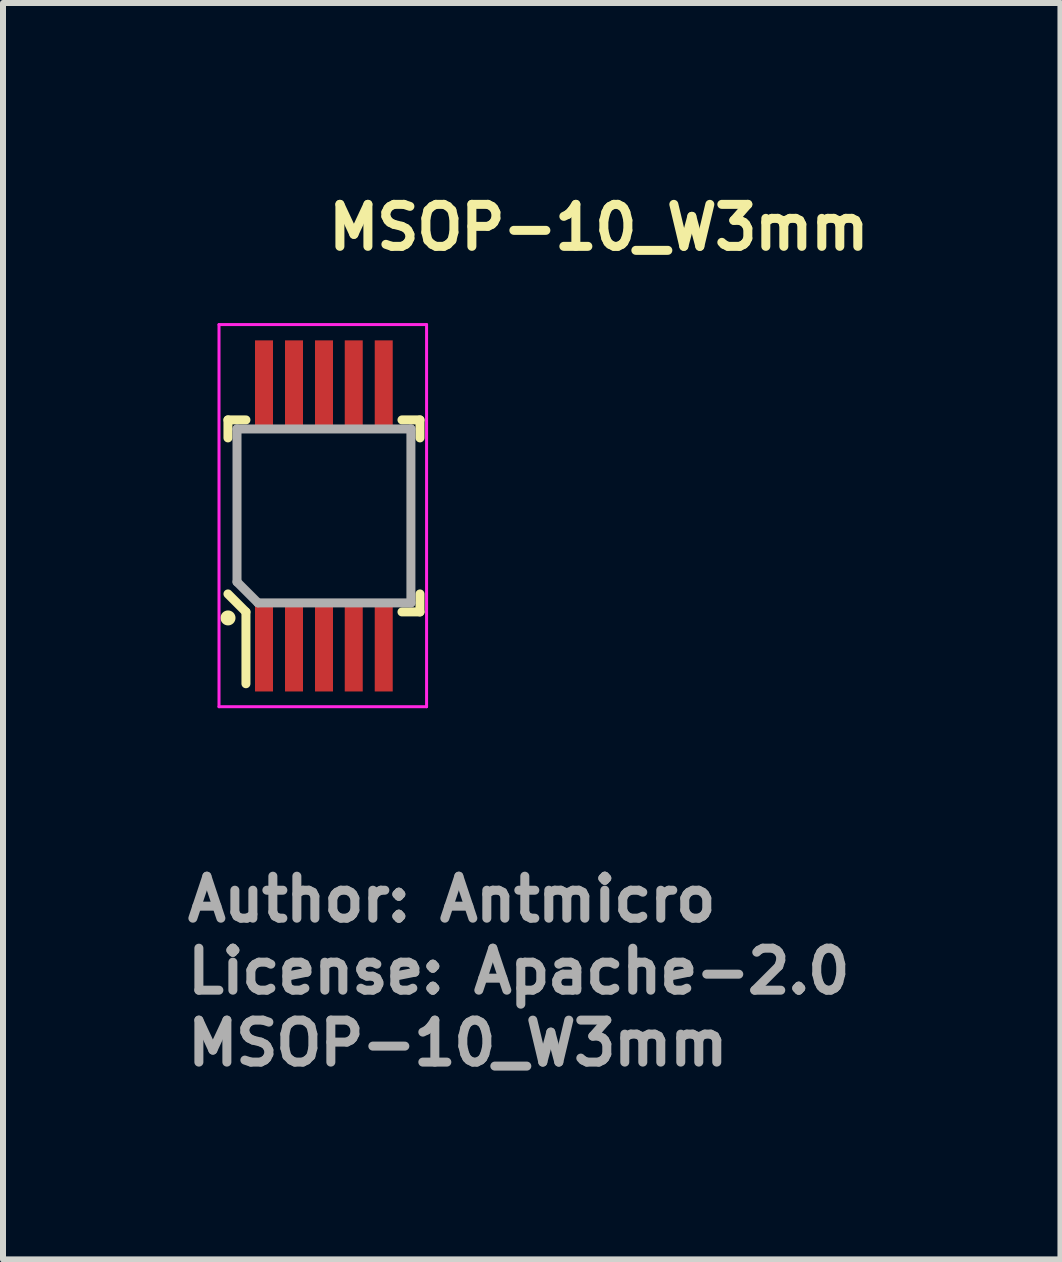
<source format=kicad_pcb>
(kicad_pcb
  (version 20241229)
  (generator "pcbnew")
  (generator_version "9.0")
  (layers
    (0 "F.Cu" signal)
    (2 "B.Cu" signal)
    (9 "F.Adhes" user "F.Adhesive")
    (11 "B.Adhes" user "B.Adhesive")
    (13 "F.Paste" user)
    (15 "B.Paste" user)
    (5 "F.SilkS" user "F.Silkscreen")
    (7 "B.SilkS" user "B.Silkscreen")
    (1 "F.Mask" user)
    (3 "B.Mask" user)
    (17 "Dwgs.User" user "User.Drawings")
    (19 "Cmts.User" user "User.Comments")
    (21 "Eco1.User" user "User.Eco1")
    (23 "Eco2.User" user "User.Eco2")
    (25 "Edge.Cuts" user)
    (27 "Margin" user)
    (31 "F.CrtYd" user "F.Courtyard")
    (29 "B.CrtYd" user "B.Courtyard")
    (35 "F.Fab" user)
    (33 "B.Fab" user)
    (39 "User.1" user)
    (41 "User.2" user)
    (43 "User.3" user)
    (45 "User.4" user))
  (footprint "MSOP-10_W3mm"
    (layer "F.Cu")
    (at 2.351 5.551)
    (property "Reference" "MSOP-10_W3mm" (at 0 -4.401 0) (layer "F.SilkS") (effects (font (size 0.7 0.7) (thickness 0.15)) (justify left bottom)))
    (attr smd)
    (fp_line (start -1.601 -1.601) (end -1.301 -1.601) (stroke (width 0.15) (type solid)) (layer "F.SilkS"))
    (fp_line (start -1.601 -1.301) (end -1.601 -1.601) (stroke (width 0.15) (type solid)) (layer "F.SilkS"))
    (fp_line (start -1.601 1.3) (end -1.301 1.6) (stroke (width 0.15) (type solid)) (layer "F.SilkS"))
    (fp_line (start -1.301 1.6) (end -1.301 2.797) (stroke (width 0.15) (type solid)) (layer "F.SilkS"))
    (fp_line (start 1.3 -1.601) (end 1.6 -1.601) (stroke (width 0.15) (type solid)) (layer "F.SilkS"))
    (fp_line (start 1.6 -1.601) (end 1.6 -1.301) (stroke (width 0.15) (type solid)) (layer "F.SilkS"))
    (fp_line (start 1.6 1.3) (end 1.6 1.6) (stroke (width 0.15) (type solid)) (layer "F.SilkS"))
    (fp_line (start 1.6 1.6) (end 1.3 1.6) (stroke (width 0.15) (type solid)) (layer "F.SilkS"))
    (fp_circle (center -1.6 1.7) (end -1.55 1.7) (stroke (width 0.15) (type solid)) (fill yes) (layer "F.SilkS"))
    (fp_line (start -1.75 -3.19) (end 1.71 -3.19) (stroke (width 0.05) (type solid)) (layer "F.CrtYd"))
    (fp_line (start -1.75 3.18) (end -1.75 -3.19) (stroke (width 0.05) (type solid)) (layer "F.CrtYd"))
    (fp_line (start -1.75 3.18) (end 1.71 3.18) (stroke (width 0.05) (type solid)) (layer "F.CrtYd"))
    (fp_line (start 1.71 -3.19) (end 1.71 3.18) (stroke (width 0.05) (type solid)) (layer "F.CrtYd"))
    (fp_line (start -1.45 -1.45) (end -1.45 1.1) (stroke (width 0.15) (type solid)) (layer "F.Fab"))
    (fp_line (start -1.45 -1.45) (end 1.449 -1.45) (stroke (width 0.15) (type solid)) (layer "F.Fab"))
    (fp_line (start -1.45 1.1) (end -1.101 1.449) (stroke (width 0.15) (type solid)) (layer "F.Fab"))
    (fp_line (start -1.101 1.449) (end 1.449 1.449) (stroke (width 0.15) (type solid)) (layer "F.Fab"))
    (fp_line (start 1.449 -1.45) (end 1.449 1.449) (stroke (width 0.15) (type solid)) (layer "F.Fab"))
    (fp_rect (start -1.5 -2.464) (end 1.499 2.463) (stroke (width 0.1) (type solid)) (fill no) (layer "User.5"))
    (fp_rect (start -1.5 -2.464) (end 1.499 2.463) (stroke (width 0.1) (type solid)) (fill no) (layer "User.5"))
    (fp_line (start -1.5 -1.422) (end -1.498 -1.426) (stroke (width 0.02) (type solid)) (layer "User.9"))
    (fp_line (start -1.5 -1.416) (end -1.5 -1.422) (stroke (width 0.02) (type solid)) (layer "User.9"))
    (fp_line (start -1.5 -1.412) (end -1.5 -1.416) (stroke (width 0.02) (type solid)) (layer "User.9"))
    (fp_line (start -1.5 -1.407) (end -1.5 -1.412) (stroke (width 0.02) (type solid)) (layer "User.9"))
    (fp_line (start -1.5 -1.401) (end -1.5 -1.407) (stroke (width 0.02) (type solid)) (layer "User.9"))
    (fp_line (start -1.5 -1.401) (end -1.5 -1.401) (stroke (width 0.02) (type solid)) (layer "User.9"))
    (fp_line (start -1.5 1.398) (end -1.5 -1.401) (stroke (width 0.02) (type solid)) (layer "User.9"))
    (fp_line (start -1.5 1.4) (end -1.5 1.398) (stroke (width 0.02) (type solid)) (layer "User.9"))
    (fp_line (start -1.5 1.404) (end -1.5 1.4) (stroke (width 0.02) (type solid)) (layer "User.9"))
    (fp_line (start -1.5 1.409) (end -1.5 1.404) (stroke (width 0.02) (type solid)) (layer "User.9"))
    (fp_line (start -1.5 1.415) (end -1.5 1.409) (stroke (width 0.02) (type solid)) (layer "User.9"))
    (fp_line (start -1.5 1.419) (end -1.5 1.415) (stroke (width 0.02) (type solid)) (layer "User.9"))
    (fp_line (start -1.498 -1.426) (end -1.496 -1.43) (stroke (width 0.02) (type solid)) (layer "User.9"))
    (fp_line (start -1.498 1.423) (end -1.5 1.419) (stroke (width 0.02) (type solid)) (layer "User.9"))
    (fp_line (start -1.496 -1.436) (end -1.494 -1.44) (stroke (width 0.02) (type solid)) (layer "User.9"))
    (fp_line (start -1.496 -1.43) (end -1.496 -1.436) (stroke (width 0.02) (type solid)) (layer "User.9"))
    (fp_line (start -1.496 1.429) (end -1.498 1.423) (stroke (width 0.02) (type solid)) (layer "User.9"))
    (fp_line (start -1.496 1.433) (end -1.496 1.429) (stroke (width 0.02) (type solid)) (layer "User.9"))
    (fp_line (start -1.494 -1.44) (end -1.492 -1.444) (stroke (width 0.02) (type solid)) (layer "User.9"))
    (fp_line (start -1.494 1.437) (end -1.496 1.433) (stroke (width 0.02) (type solid)) (layer "User.9"))
    (fp_line (start -1.492 -1.444) (end -1.49 -1.448) (stroke (width 0.02) (type solid)) (layer "User.9"))
    (fp_line (start -1.492 1.443) (end -1.494 1.437) (stroke (width 0.02) (type solid)) (layer "User.9"))
    (fp_line (start -1.49 -1.448) (end -1.486 -1.452) (stroke (width 0.02) (type solid)) (layer "User.9"))
    (fp_line (start -1.49 1.447) (end -1.492 1.443) (stroke (width 0.02) (type solid)) (layer "User.9"))
    (fp_line (start -1.486 -1.452) (end -1.484 -1.456) (stroke (width 0.02) (type solid)) (layer "User.9"))
    (fp_line (start -1.486 1.451) (end -1.49 1.447) (stroke (width 0.02) (type solid)) (layer "User.9"))
    (fp_line (start -1.484 -1.456) (end -1.482 -1.46) (stroke (width 0.02) (type solid)) (layer "User.9"))
    (fp_line (start -1.484 1.455) (end -1.486 1.451) (stroke (width 0.02) (type solid)) (layer "User.9"))
    (fp_line (start -1.482 -1.46) (end -1.478 -1.464) (stroke (width 0.02) (type solid)) (layer "User.9"))
    (fp_line (start -1.482 1.459) (end -1.484 1.455) (stroke (width 0.02) (type solid)) (layer "User.9"))
    (fp_line (start -1.478 -1.464) (end -1.476 -1.468) (stroke (width 0.02) (type solid)) (layer "User.9"))
    (fp_line (start -1.478 1.463) (end -1.482 1.459) (stroke (width 0.02) (type solid)) (layer "User.9"))
    (fp_line (start -1.476 -1.468) (end -1.472 -1.472) (stroke (width 0.02) (type solid)) (layer "User.9"))
    (fp_line (start -1.476 1.467) (end -1.478 1.463) (stroke (width 0.02) (type solid)) (layer "User.9"))
    (fp_line (start -1.472 -1.472) (end -1.468 -1.476) (stroke (width 0.02) (type solid)) (layer "User.9"))
    (fp_line (start -1.472 1.469) (end -1.476 1.467) (stroke (width 0.02) (type solid)) (layer "User.9"))
    (fp_line (start -1.468 -1.476) (end -1.464 -1.478) (stroke (width 0.02) (type solid)) (layer "User.9"))
    (fp_line (start -1.468 1.473) (end -1.472 1.469) (stroke (width 0.02) (type solid)) (layer "User.9"))
    (fp_line (start -1.464 -1.478) (end -1.46 -1.482) (stroke (width 0.02) (type solid)) (layer "User.9"))
    (fp_line (start -1.464 1.477) (end -1.468 1.473) (stroke (width 0.02) (type solid)) (layer "User.9"))
    (fp_line (start -1.46 -1.482) (end -1.456 -1.484) (stroke (width 0.02) (type solid)) (layer "User.9"))
    (fp_line (start -1.46 1.479) (end -1.464 1.477) (stroke (width 0.02) (type solid)) (layer "User.9"))
    (fp_line (start -1.456 -1.484) (end -1.452 -1.486) (stroke (width 0.02) (type solid)) (layer "User.9"))
    (fp_line (start -1.456 1.483) (end -1.46 1.479) (stroke (width 0.02) (type solid)) (layer "User.9"))
    (fp_line (start -1.452 -1.486) (end -1.448 -1.49) (stroke (width 0.02) (type solid)) (layer "User.9"))
    (fp_line (start -1.452 1.485) (end -1.456 1.483) (stroke (width 0.02) (type solid)) (layer "User.9"))
    (fp_line (start -1.448 -1.49) (end -1.444 -1.492) (stroke (width 0.02) (type solid)) (layer "User.9"))
    (fp_line (start -1.448 1.487) (end -1.452 1.485) (stroke (width 0.02) (type solid)) (layer "User.9"))
    (fp_line (start -1.444 -1.492) (end -1.44 -1.494) (stroke (width 0.02) (type solid)) (layer "User.9"))
    (fp_line (start -1.444 1.489) (end -1.448 1.487) (stroke (width 0.02) (type solid)) (layer "User.9"))
    (fp_line (start -1.44 -1.494) (end -1.436 -1.496) (stroke (width 0.02) (type solid)) (layer "User.9"))
    (fp_line (start -1.44 1.491) (end -1.444 1.489) (stroke (width 0.02) (type solid)) (layer "User.9"))
    (fp_line (start -1.436 -1.496) (end -1.43 -1.496) (stroke (width 0.02) (type solid)) (layer "User.9"))
    (fp_line (start -1.436 1.493) (end -1.44 1.491) (stroke (width 0.02) (type solid)) (layer "User.9"))
    (fp_line (start -1.43 -1.496) (end -1.426 -1.498) (stroke (width 0.02) (type solid)) (layer "User.9"))
    (fp_line (start -1.43 1.495) (end -1.436 1.493) (stroke (width 0.02) (type solid)) (layer "User.9"))
    (fp_line (start -1.426 -1.498) (end -1.422 -1.5) (stroke (width 0.02) (type solid)) (layer "User.9"))
    (fp_line (start -1.426 1.497) (end -1.43 1.495) (stroke (width 0.02) (type solid)) (layer "User.9"))
    (fp_line (start -1.422 -1.5) (end -1.416 -1.5) (stroke (width 0.02) (type solid)) (layer "User.9"))
    (fp_line (start -1.422 1.497) (end -1.426 1.497) (stroke (width 0.02) (type solid)) (layer "User.9"))
    (fp_line (start -1.416 -1.5) (end -1.412 -1.5) (stroke (width 0.02) (type solid)) (layer "User.9"))
    (fp_line (start -1.416 1.499) (end -1.422 1.497) (stroke (width 0.02) (type solid)) (layer "User.9"))
    (fp_line (start -1.412 -1.5) (end -1.407 -1.5) (stroke (width 0.02) (type solid)) (layer "User.9"))
    (fp_line (start -1.412 1.499) (end -1.416 1.499) (stroke (width 0.02) (type solid)) (layer "User.9"))
    (fp_line (start -1.407 -1.5) (end -1.401 -1.5) (stroke (width 0.02) (type solid)) (layer "User.9"))
    (fp_line (start -1.407 1.499) (end -1.412 1.499) (stroke (width 0.02) (type solid)) (layer "User.9"))
    (fp_line (start -1.401 -1.5) (end -1.401 -1.5) (stroke (width 0.02) (type solid)) (layer "User.9"))
    (fp_line (start -1.401 -1.5) (end 1.398 -1.5) (stroke (width 0.02) (type solid)) (layer "User.9"))
    (fp_line (start -1.401 1.499) (end -1.407 1.499) (stroke (width 0.02) (type solid)) (layer "User.9"))
    (fp_line (start -1.401 1.499) (end -1.401 1.499) (stroke (width 0.02) (type solid)) (layer "User.9"))
    (fp_line (start -1.401 1.499) (end 1.398 1.499) (stroke (width 0.02) (type solid)) (layer "User.9"))
    (fp_line (start -1.373 -1.474) (end -1.373 -1.373) (stroke (width 0.02) (type solid)) (layer "User.9"))
    (fp_line (start -1.373 -1.373) (end -1.474 -1.373) (stroke (width 0.02) (type solid)) (layer "User.9"))
    (fp_line (start -1.111 -2.169) (end -1.111 -2.464) (stroke (width 0.02) (type solid)) (layer "User.9"))
    (fp_line (start -1.111 -2.169) (end -1.111 -2.077) (stroke (width 0.02) (type solid)) (layer "User.9"))
    (fp_line (start -1.111 -2.048) (end -1.111 -2.077) (stroke (width 0.02) (type solid)) (layer "User.9"))
    (fp_line (start -1.111 -1.772) (end -1.111 -2.048) (stroke (width 0.02) (type solid)) (layer "User.9"))
    (fp_line (start -1.111 -1.5) (end -1.111 -1.772) (stroke (width 0.02) (type solid)) (layer "User.9"))
    (fp_line (start -1.111 1.499) (end -1.111 1.769) (stroke (width 0.02) (type solid)) (layer "User.9"))
    (fp_line (start -1.111 1.499) (end -0.89 1.499) (stroke (width 0.02) (type solid)) (layer "User.9"))
    (fp_line (start -1.111 2.043) (end -1.111 1.769) (stroke (width 0.02) (type solid)) (layer "User.9"))
    (fp_line (start -1.111 2.076) (end -1.111 2.043) (stroke (width 0.02) (type solid)) (layer "User.9"))
    (fp_line (start -1.111 2.168) (end -1.111 2.076) (stroke (width 0.02) (type solid)) (layer "User.9"))
    (fp_line (start -1.111 2.168) (end -1.111 2.463) (stroke (width 0.02) (type solid)) (layer "User.9"))
    (fp_line (start -1.111 2.463) (end -0.89 2.463) (stroke (width 0.02) (type solid)) (layer "User.9"))
    (fp_line (start -0.89 -2.464) (end -1.111 -2.464) (stroke (width 0.02) (type solid)) (layer "User.9"))
    (fp_line (start -0.89 -2.169) (end -0.89 -2.464) (stroke (width 0.02) (type solid)) (layer "User.9"))
    (fp_line (start -0.89 -2.169) (end -0.89 -2.077) (stroke (width 0.02) (type solid)) (layer "User.9"))
    (fp_line (start -0.89 -2.077) (end -0.89 -2.048) (stroke (width 0.02) (type solid)) (layer "User.9"))
    (fp_line (start -0.89 -2.048) (end -0.89 -1.772) (stroke (width 0.02) (type solid)) (layer "User.9"))
    (fp_line (start -0.89 -1.5) (end -1.111 -1.5) (stroke (width 0.02) (type solid)) (layer "User.9"))
    (fp_line (start -0.89 -1.5) (end -0.89 -1.772) (stroke (width 0.02) (type solid)) (layer "User.9"))
    (fp_line (start -0.89 1.499) (end -0.89 1.769) (stroke (width 0.02) (type solid)) (layer "User.9"))
    (fp_line (start -0.89 1.769) (end -0.89 2.043) (stroke (width 0.02) (type solid)) (layer "User.9"))
    (fp_line (start -0.89 2.043) (end -0.89 2.076) (stroke (width 0.02) (type solid)) (layer "User.9"))
    (fp_line (start -0.89 2.168) (end -0.89 2.076) (stroke (width 0.02) (type solid)) (layer "User.9"))
    (fp_line (start -0.89 2.168) (end -0.89 2.463) (stroke (width 0.02) (type solid)) (layer "User.9"))
    (fp_line (start -0.61 -2.169) (end -0.61 -2.464) (stroke (width 0.02) (type solid)) (layer "User.9"))
    (fp_line (start -0.61 -2.169) (end -0.61 -2.077) (stroke (width 0.02) (type solid)) (layer "User.9"))
    (fp_line (start -0.61 -2.048) (end -0.61 -2.077) (stroke (width 0.02) (type solid)) (layer "User.9"))
    (fp_line (start -0.61 -1.772) (end -0.61 -2.048) (stroke (width 0.02) (type solid)) (layer "User.9"))
    (fp_line (start -0.61 -1.5) (end -0.61 -1.772) (stroke (width 0.02) (type solid)) (layer "User.9"))
    (fp_line (start -0.61 1.499) (end -0.61 1.769) (stroke (width 0.02) (type solid)) (layer "User.9"))
    (fp_line (start -0.61 1.499) (end -0.393 1.499) (stroke (width 0.02) (type solid)) (layer "User.9"))
    (fp_line (start -0.61 2.043) (end -0.61 1.769) (stroke (width 0.02) (type solid)) (layer "User.9"))
    (fp_line (start -0.61 2.076) (end -0.61 2.043) (stroke (width 0.02) (type solid)) (layer "User.9"))
    (fp_line (start -0.61 2.168) (end -0.61 2.076) (stroke (width 0.02) (type solid)) (layer "User.9"))
    (fp_line (start -0.61 2.168) (end -0.61 2.463) (stroke (width 0.02) (type solid)) (layer "User.9"))
    (fp_line (start -0.61 2.463) (end -0.393 2.463) (stroke (width 0.02) (type solid)) (layer "User.9"))
    (fp_line (start -0.393 -2.464) (end -0.61 -2.464) (stroke (width 0.02) (type solid)) (layer "User.9"))
    (fp_line (start -0.393 -2.169) (end -0.393 -2.464) (stroke (width 0.02) (type solid)) (layer "User.9"))
    (fp_line (start -0.393 -2.169) (end -0.393 -2.077) (stroke (width 0.02) (type solid)) (layer "User.9"))
    (fp_line (start -0.393 -2.077) (end -0.393 -2.048) (stroke (width 0.02) (type solid)) (layer "User.9"))
    (fp_line (start -0.393 -2.048) (end -0.393 -1.772) (stroke (width 0.02) (type solid)) (layer "User.9"))
    (fp_line (start -0.393 -1.5) (end -0.61 -1.5) (stroke (width 0.02) (type solid)) (layer "User.9"))
    (fp_line (start -0.393 -1.5) (end -0.393 -1.772) (stroke (width 0.02) (type solid)) (layer "User.9"))
    (fp_line (start -0.393 1.499) (end -0.393 1.769) (stroke (width 0.02) (type solid)) (layer "User.9"))
    (fp_line (start -0.393 1.769) (end -0.393 2.043) (stroke (width 0.02) (type solid)) (layer "User.9"))
    (fp_line (start -0.393 2.043) (end -0.393 2.076) (stroke (width 0.02) (type solid)) (layer "User.9"))
    (fp_line (start -0.393 2.168) (end -0.393 2.076) (stroke (width 0.02) (type solid)) (layer "User.9"))
    (fp_line (start -0.393 2.168) (end -0.393 2.463) (stroke (width 0.02) (type solid)) (layer "User.9"))
    (fp_line (start -0.11 -2.169) (end -0.11 -2.464) (stroke (width 0.02) (type solid)) (layer "User.9"))
    (fp_line (start -0.11 -2.169) (end -0.11 -2.077) (stroke (width 0.02) (type solid)) (layer "User.9"))
    (fp_line (start -0.11 -2.048) (end -0.11 -2.077) (stroke (width 0.02) (type solid)) (layer "User.9"))
    (fp_line (start -0.11 -1.772) (end -0.11 -2.048) (stroke (width 0.02) (type solid)) (layer "User.9"))
    (fp_line (start -0.11 -1.5) (end -0.11 -1.772) (stroke (width 0.02) (type solid)) (layer "User.9"))
    (fp_line (start -0.11 1.499) (end -0.11 1.769) (stroke (width 0.02) (type solid)) (layer "User.9"))
    (fp_line (start -0.11 1.499) (end 0.107 1.499) (stroke (width 0.02) (type solid)) (layer "User.9"))
    (fp_line (start -0.11 2.043) (end -0.11 1.769) (stroke (width 0.02) (type solid)) (layer "User.9"))
    (fp_line (start -0.11 2.076) (end -0.11 2.043) (stroke (width 0.02) (type solid)) (layer "User.9"))
    (fp_line (start -0.11 2.168) (end -0.11 2.076) (stroke (width 0.02) (type solid)) (layer "User.9"))
    (fp_line (start -0.11 2.168) (end -0.11 2.463) (stroke (width 0.02) (type solid)) (layer "User.9"))
    (fp_line (start -0.11 2.463) (end 0.107 2.463) (stroke (width 0.02) (type solid)) (layer "User.9"))
    (fp_line (start 0.107 -2.464) (end -0.11 -2.464) (stroke (width 0.02) (type solid)) (layer "User.9"))
    (fp_line (start 0.107 -2.169) (end 0.107 -2.464) (stroke (width 0.02) (type solid)) (layer "User.9"))
    (fp_line (start 0.107 -2.169) (end 0.107 -2.077) (stroke (width 0.02) (type solid)) (layer "User.9"))
    (fp_line (start 0.107 -2.077) (end 0.107 -2.048) (stroke (width 0.02) (type solid)) (layer "User.9"))
    (fp_line (start 0.107 -2.048) (end 0.107 -1.772) (stroke (width 0.02) (type solid)) (layer "User.9"))
    (fp_line (start 0.107 -1.5) (end -0.11 -1.5) (stroke (width 0.02) (type solid)) (layer "User.9"))
    (fp_line (start 0.107 -1.5) (end 0.107 -1.772) (stroke (width 0.02) (type solid)) (layer "User.9"))
    (fp_line (start 0.107 1.499) (end 0.107 1.769) (stroke (width 0.02) (type solid)) (layer "User.9"))
    (fp_line (start 0.107 1.769) (end 0.107 2.043) (stroke (width 0.02) (type solid)) (layer "User.9"))
    (fp_line (start 0.107 2.043) (end 0.107 2.076) (stroke (width 0.02) (type solid)) (layer "User.9"))
    (fp_line (start 0.107 2.168) (end 0.107 2.076) (stroke (width 0.02) (type solid)) (layer "User.9"))
    (fp_line (start 0.107 2.168) (end 0.107 2.463) (stroke (width 0.02) (type solid)) (layer "User.9"))
    (fp_line (start 0.39 -2.169) (end 0.39 -2.464) (stroke (width 0.02) (type solid)) (layer "User.9"))
    (fp_line (start 0.39 -2.169) (end 0.39 -2.077) (stroke (width 0.02) (type solid)) (layer "User.9"))
    (fp_line (start 0.39 -2.048) (end 0.39 -2.077) (stroke (width 0.02) (type solid)) (layer "User.9"))
    (fp_line (start 0.39 -1.772) (end 0.39 -2.048) (stroke (width 0.02) (type solid)) (layer "User.9"))
    (fp_line (start 0.39 -1.5) (end 0.39 -1.772) (stroke (width 0.02) (type solid)) (layer "User.9"))
    (fp_line (start 0.39 1.499) (end 0.39 1.769) (stroke (width 0.02) (type solid)) (layer "User.9"))
    (fp_line (start 0.39 1.499) (end 0.607 1.499) (stroke (width 0.02) (type solid)) (layer "User.9"))
    (fp_line (start 0.39 2.043) (end 0.39 1.769) (stroke (width 0.02) (type solid)) (layer "User.9"))
    (fp_line (start 0.39 2.076) (end 0.39 2.043) (stroke (width 0.02) (type solid)) (layer "User.9"))
    (fp_line (start 0.39 2.168) (end 0.39 2.076) (stroke (width 0.02) (type solid)) (layer "User.9"))
    (fp_line (start 0.39 2.168) (end 0.39 2.463) (stroke (width 0.02) (type solid)) (layer "User.9"))
    (fp_line (start 0.39 2.463) (end 0.607 2.463) (stroke (width 0.02) (type solid)) (layer "User.9"))
    (fp_line (start 0.607 -2.464) (end 0.39 -2.464) (stroke (width 0.02) (type solid)) (layer "User.9"))
    (fp_line (start 0.607 -2.169) (end 0.607 -2.464) (stroke (width 0.02) (type solid)) (layer "User.9"))
    (fp_line (start 0.607 -2.169) (end 0.607 -2.077) (stroke (width 0.02) (type solid)) (layer "User.9"))
    (fp_line (start 0.607 -2.077) (end 0.607 -2.048) (stroke (width 0.02) (type solid)) (layer "User.9"))
    (fp_line (start 0.607 -2.048) (end 0.607 -1.772) (stroke (width 0.02) (type solid)) (layer "User.9"))
    (fp_line (start 0.607 -1.5) (end 0.39 -1.5) (stroke (width 0.02) (type solid)) (layer "User.9"))
    (fp_line (start 0.607 -1.5) (end 0.607 -1.772) (stroke (width 0.02) (type solid)) (layer "User.9"))
    (fp_line (start 0.607 1.499) (end 0.607 1.769) (stroke (width 0.02) (type solid)) (layer "User.9"))
    (fp_line (start 0.607 1.769) (end 0.607 2.043) (stroke (width 0.02) (type solid)) (layer "User.9"))
    (fp_line (start 0.607 2.043) (end 0.607 2.076) (stroke (width 0.02) (type solid)) (layer "User.9"))
    (fp_line (start 0.607 2.168) (end 0.607 2.076) (stroke (width 0.02) (type solid)) (layer "User.9"))
    (fp_line (start 0.607 2.168) (end 0.607 2.463) (stroke (width 0.02) (type solid)) (layer "User.9"))
    (fp_line (start 0.887 -2.169) (end 0.887 -2.464) (stroke (width 0.02) (type solid)) (layer "User.9"))
    (fp_line (start 0.887 -2.169) (end 0.887 -2.077) (stroke (width 0.02) (type solid)) (layer "User.9"))
    (fp_line (start 0.887 -2.048) (end 0.887 -2.077) (stroke (width 0.02) (type solid)) (layer "User.9"))
    (fp_line (start 0.887 -1.772) (end 0.887 -2.048) (stroke (width 0.02) (type solid)) (layer "User.9"))
    (fp_line (start 0.887 -1.5) (end 0.887 -1.772) (stroke (width 0.02) (type solid)) (layer "User.9"))
    (fp_line (start 0.887 1.499) (end 0.887 1.769) (stroke (width 0.02) (type solid)) (layer "User.9"))
    (fp_line (start 0.887 1.499) (end 1.11 1.499) (stroke (width 0.02) (type solid)) (layer "User.9"))
    (fp_line (start 0.887 2.043) (end 0.887 1.769) (stroke (width 0.02) (type solid)) (layer "User.9"))
    (fp_line (start 0.887 2.076) (end 0.887 2.043) (stroke (width 0.02) (type solid)) (layer "User.9"))
    (fp_line (start 0.887 2.168) (end 0.887 2.076) (stroke (width 0.02) (type solid)) (layer "User.9"))
    (fp_line (start 0.887 2.168) (end 0.887 2.463) (stroke (width 0.02) (type solid)) (layer "User.9"))
    (fp_line (start 0.887 2.463) (end 1.11 2.463) (stroke (width 0.02) (type solid)) (layer "User.9"))
    (fp_line (start 1.11 -2.464) (end 0.887 -2.464) (stroke (width 0.02) (type solid)) (layer "User.9"))
    (fp_line (start 1.11 -2.169) (end 1.11 -2.464) (stroke (width 0.02) (type solid)) (layer "User.9"))
    (fp_line (start 1.11 -2.169) (end 1.11 -2.077) (stroke (width 0.02) (type solid)) (layer "User.9"))
    (fp_line (start 1.11 -2.077) (end 1.11 -2.048) (stroke (width 0.02) (type solid)) (layer "User.9"))
    (fp_line (start 1.11 -2.048) (end 1.11 -1.772) (stroke (width 0.02) (type solid)) (layer "User.9"))
    (fp_line (start 1.11 -1.5) (end 0.887 -1.5) (stroke (width 0.02) (type solid)) (layer "User.9"))
    (fp_line (start 1.11 -1.5) (end 1.11 -1.772) (stroke (width 0.02) (type solid)) (layer "User.9"))
    (fp_line (start 1.11 1.499) (end 1.11 1.769) (stroke (width 0.02) (type solid)) (layer "User.9"))
    (fp_line (start 1.11 1.769) (end 1.11 2.043) (stroke (width 0.02) (type solid)) (layer "User.9"))
    (fp_line (start 1.11 2.043) (end 1.11 2.076) (stroke (width 0.02) (type solid)) (layer "User.9"))
    (fp_line (start 1.11 2.168) (end 1.11 2.076) (stroke (width 0.02) (type solid)) (layer "User.9"))
    (fp_line (start 1.11 2.168) (end 1.11 2.463) (stroke (width 0.02) (type solid)) (layer "User.9"))
    (fp_line (start 1.372 -1.474) (end 1.376 -1.472) (stroke (width 0.02) (type solid)) (layer "User.9"))
    (fp_line (start 1.372 1.471) (end 1.372 1.372) (stroke (width 0.02) (type solid)) (layer "User.9"))
    (fp_line (start 1.376 -1.472) (end 1.382 -1.472) (stroke (width 0.02) (type solid)) (layer "User.9"))
    (fp_line (start 1.376 1.471) (end 1.372 1.471) (stroke (width 0.02) (type solid)) (layer "User.9"))
    (fp_line (start 1.382 -1.472) (end 1.386 -1.472) (stroke (width 0.02) (type solid)) (layer "User.9"))
    (fp_line (start 1.382 1.471) (end 1.376 1.471) (stroke (width 0.02) (type solid)) (layer "User.9"))
    (fp_line (start 1.386 -1.472) (end 1.392 -1.47) (stroke (width 0.02) (type solid)) (layer "User.9"))
    (fp_line (start 1.386 1.469) (end 1.382 1.471) (stroke (width 0.02) (type solid)) (layer "User.9"))
    (fp_line (start 1.392 -1.47) (end 1.396 -1.47) (stroke (width 0.02) (type solid)) (layer "User.9"))
    (fp_line (start 1.392 1.469) (end 1.386 1.469) (stroke (width 0.02) (type solid)) (layer "User.9"))
    (fp_line (start 1.396 -1.47) (end 1.4 -1.468) (stroke (width 0.02) (type solid)) (layer "User.9"))
    (fp_line (start 1.396 1.467) (end 1.392 1.469) (stroke (width 0.02) (type solid)) (layer "User.9"))
    (fp_line (start 1.398 -1.5) (end 1.4 -1.5) (stroke (width 0.02) (type solid)) (layer "User.9"))
    (fp_line (start 1.4 -1.5) (end 1.404 -1.5) (stroke (width 0.02) (type solid)) (layer "User.9"))
    (fp_line (start 1.4 -1.468) (end 1.406 -1.466) (stroke (width 0.02) (type solid)) (layer "User.9"))
    (fp_line (start 1.4 1.467) (end 1.396 1.467) (stroke (width 0.02) (type solid)) (layer "User.9"))
    (fp_line (start 1.4 1.499) (end 1.398 1.499) (stroke (width 0.02) (type solid)) (layer "User.9"))
    (fp_line (start 1.404 -1.5) (end 1.409 -1.5) (stroke (width 0.02) (type solid)) (layer "User.9"))
    (fp_line (start 1.404 1.499) (end 1.4 1.499) (stroke (width 0.02) (type solid)) (layer "User.9"))
    (fp_line (start 1.406 -1.466) (end 1.411 -1.466) (stroke (width 0.02) (type solid)) (layer "User.9"))
    (fp_line (start 1.406 1.465) (end 1.4 1.467) (stroke (width 0.02) (type solid)) (layer "User.9"))
    (fp_line (start 1.409 -1.5) (end 1.415 -1.5) (stroke (width 0.02) (type solid)) (layer "User.9"))
    (fp_line (start 1.409 1.499) (end 1.404 1.499) (stroke (width 0.02) (type solid)) (layer "User.9"))
    (fp_line (start 1.411 -1.466) (end 1.415 -1.464) (stroke (width 0.02) (type solid)) (layer "User.9"))
    (fp_line (start 1.411 1.463) (end 1.406 1.465) (stroke (width 0.02) (type solid)) (layer "User.9"))
    (fp_line (start 1.415 -1.5) (end 1.419 -1.5) (stroke (width 0.02) (type solid)) (layer "User.9"))
    (fp_line (start 1.415 -1.464) (end 1.419 -1.46) (stroke (width 0.02) (type solid)) (layer "User.9"))
    (fp_line (start 1.415 1.461) (end 1.411 1.463) (stroke (width 0.02) (type solid)) (layer "User.9"))
    (fp_line (start 1.415 1.499) (end 1.409 1.499) (stroke (width 0.02) (type solid)) (layer "User.9"))
    (fp_line (start 1.419 -1.5) (end 1.423 -1.498) (stroke (width 0.02) (type solid)) (layer "User.9"))
    (fp_line (start 1.419 -1.46) (end 1.423 -1.458) (stroke (width 0.02) (type solid)) (layer "User.9"))
    (fp_line (start 1.419 1.459) (end 1.415 1.461) (stroke (width 0.02) (type solid)) (layer "User.9"))
    (fp_line (start 1.419 1.497) (end 1.415 1.499) (stroke (width 0.02) (type solid)) (layer "User.9"))
    (fp_line (start 1.423 -1.498) (end 1.429 -1.496) (stroke (width 0.02) (type solid)) (layer "User.9"))
    (fp_line (start 1.423 -1.458) (end 1.427 -1.456) (stroke (width 0.02) (type solid)) (layer "User.9"))
    (fp_line (start 1.423 1.457) (end 1.419 1.459) (stroke (width 0.02) (type solid)) (layer "User.9"))
    (fp_line (start 1.423 1.497) (end 1.419 1.497) (stroke (width 0.02) (type solid)) (layer "User.9"))
    (fp_line (start 1.427 -1.456) (end 1.431 -1.454) (stroke (width 0.02) (type solid)) (layer "User.9"))
    (fp_line (start 1.427 1.453) (end 1.423 1.457) (stroke (width 0.02) (type solid)) (layer "User.9"))
    (fp_line (start 1.429 -1.496) (end 1.433 -1.496) (stroke (width 0.02) (type solid)) (layer "User.9"))
    (fp_line (start 1.429 1.495) (end 1.423 1.497) (stroke (width 0.02) (type solid)) (layer "User.9"))
    (fp_line (start 1.431 -1.454) (end 1.435 -1.45) (stroke (width 0.02) (type solid)) (layer "User.9"))
    (fp_line (start 1.431 1.451) (end 1.427 1.453) (stroke (width 0.02) (type solid)) (layer "User.9"))
    (fp_line (start 1.433 -1.496) (end 1.437 -1.494) (stroke (width 0.02) (type solid)) (layer "User.9"))
    (fp_line (start 1.433 1.493) (end 1.429 1.495) (stroke (width 0.02) (type solid)) (layer "User.9"))
    (fp_line (start 1.435 -1.45) (end 1.439 -1.446) (stroke (width 0.02) (type solid)) (layer "User.9"))
    (fp_line (start 1.435 1.449) (end 1.431 1.451) (stroke (width 0.02) (type solid)) (layer "User.9"))
    (fp_line (start 1.437 -1.494) (end 1.443 -1.492) (stroke (width 0.02) (type solid)) (layer "User.9"))
    (fp_line (start 1.437 1.491) (end 1.433 1.493) (stroke (width 0.02) (type solid)) (layer "User.9"))
    (fp_line (start 1.439 -1.446) (end 1.441 -1.444) (stroke (width 0.02) (type solid)) (layer "User.9"))
    (fp_line (start 1.439 1.445) (end 1.435 1.449) (stroke (width 0.02) (type solid)) (layer "User.9"))
    (fp_line (start 1.441 -1.444) (end 1.445 -1.44) (stroke (width 0.02) (type solid)) (layer "User.9"))
    (fp_line (start 1.441 1.441) (end 1.439 1.445) (stroke (width 0.02) (type solid)) (layer "User.9"))
    (fp_line (start 1.443 -1.492) (end 1.447 -1.49) (stroke (width 0.02) (type solid)) (layer "User.9"))
    (fp_line (start 1.443 1.489) (end 1.437 1.491) (stroke (width 0.02) (type solid)) (layer "User.9"))
    (fp_line (start 1.445 -1.44) (end 1.449 -1.436) (stroke (width 0.02) (type solid)) (layer "User.9"))
    (fp_line (start 1.445 1.439) (end 1.441 1.441) (stroke (width 0.02) (type solid)) (layer "User.9"))
    (fp_line (start 1.447 -1.49) (end 1.451 -1.486) (stroke (width 0.02) (type solid)) (layer "User.9"))
    (fp_line (start 1.447 1.487) (end 1.443 1.489) (stroke (width 0.02) (type solid)) (layer "User.9"))
    (fp_line (start 1.449 -1.436) (end 1.451 -1.432) (stroke (width 0.02) (type solid)) (layer "User.9"))
    (fp_line (start 1.449 1.435) (end 1.445 1.439) (stroke (width 0.02) (type solid)) (layer "User.9"))
    (fp_line (start 1.451 -1.486) (end 1.455 -1.484) (stroke (width 0.02) (type solid)) (layer "User.9"))
    (fp_line (start 1.451 -1.432) (end 1.453 -1.428) (stroke (width 0.02) (type solid)) (layer "User.9"))
    (fp_line (start 1.451 1.431) (end 1.449 1.435) (stroke (width 0.02) (type solid)) (layer "User.9"))
    (fp_line (start 1.451 1.485) (end 1.447 1.487) (stroke (width 0.02) (type solid)) (layer "User.9"))
    (fp_line (start 1.453 -1.428) (end 1.457 -1.424) (stroke (width 0.02) (type solid)) (layer "User.9"))
    (fp_line (start 1.453 1.427) (end 1.451 1.431) (stroke (width 0.02) (type solid)) (layer "User.9"))
    (fp_line (start 1.455 -1.484) (end 1.459 -1.482) (stroke (width 0.02) (type solid)) (layer "User.9"))
    (fp_line (start 1.455 1.483) (end 1.451 1.485) (stroke (width 0.02) (type solid)) (layer "User.9"))
    (fp_line (start 1.457 -1.424) (end 1.459 -1.42) (stroke (width 0.02) (type solid)) (layer "User.9"))
    (fp_line (start 1.457 1.423) (end 1.453 1.427) (stroke (width 0.02) (type solid)) (layer "User.9"))
    (fp_line (start 1.459 -1.482) (end 1.463 -1.478) (stroke (width 0.02) (type solid)) (layer "User.9"))
    (fp_line (start 1.459 -1.42) (end 1.461 -1.416) (stroke (width 0.02) (type solid)) (layer "User.9"))
    (fp_line (start 1.459 1.419) (end 1.457 1.423) (stroke (width 0.02) (type solid)) (layer "User.9"))
    (fp_line (start 1.459 1.479) (end 1.455 1.483) (stroke (width 0.02) (type solid)) (layer "User.9"))
    (fp_line (start 1.461 -1.416) (end 1.463 -1.412) (stroke (width 0.02) (type solid)) (layer "User.9"))
    (fp_line (start 1.461 1.415) (end 1.459 1.419) (stroke (width 0.02) (type solid)) (layer "User.9"))
    (fp_line (start 1.463 -1.478) (end 1.467 -1.476) (stroke (width 0.02) (type solid)) (layer "User.9"))
    (fp_line (start 1.463 -1.412) (end 1.465 -1.407) (stroke (width 0.02) (type solid)) (layer "User.9"))
    (fp_line (start 1.463 1.411) (end 1.461 1.415) (stroke (width 0.02) (type solid)) (layer "User.9"))
    (fp_line (start 1.463 1.477) (end 1.459 1.479) (stroke (width 0.02) (type solid)) (layer "User.9"))
    (fp_line (start 1.465 -1.407) (end 1.467 -1.403) (stroke (width 0.02) (type solid)) (layer "User.9"))
    (fp_line (start 1.465 1.406) (end 1.463 1.411) (stroke (width 0.02) (type solid)) (layer "User.9"))
    (fp_line (start 1.467 -1.476) (end 1.469 -1.472) (stroke (width 0.02) (type solid)) (layer "User.9"))
    (fp_line (start 1.467 -1.403) (end 1.467 -1.399) (stroke (width 0.02) (type solid)) (layer "User.9"))
    (fp_line (start 1.467 -1.399) (end 1.469 -1.393) (stroke (width 0.02) (type solid)) (layer "User.9"))
    (fp_line (start 1.467 1.396) (end 1.467 1.4) (stroke (width 0.02) (type solid)) (layer "User.9"))
    (fp_line (start 1.467 1.4) (end 1.465 1.406) (stroke (width 0.02) (type solid)) (layer "User.9"))
    (fp_line (start 1.467 1.473) (end 1.463 1.477) (stroke (width 0.02) (type solid)) (layer "User.9"))
    (fp_line (start 1.469 -1.472) (end 1.473 -1.468) (stroke (width 0.02) (type solid)) (layer "User.9"))
    (fp_line (start 1.469 -1.393) (end 1.469 -1.389) (stroke (width 0.02) (type solid)) (layer "User.9"))
    (fp_line (start 1.469 -1.389) (end 1.471 -1.383) (stroke (width 0.02) (type solid)) (layer "User.9"))
    (fp_line (start 1.469 1.386) (end 1.469 1.392) (stroke (width 0.02) (type solid)) (layer "User.9"))
    (fp_line (start 1.469 1.392) (end 1.467 1.396) (stroke (width 0.02) (type solid)) (layer "User.9"))
    (fp_line (start 1.469 1.469) (end 1.467 1.473) (stroke (width 0.02) (type solid)) (layer "User.9"))
    (fp_line (start 1.471 -1.383) (end 1.471 -1.379) (stroke (width 0.02) (type solid)) (layer "User.9"))
    (fp_line (start 1.471 -1.379) (end 1.471 -1.373) (stroke (width 0.02) (type solid)) (layer "User.9"))
    (fp_line (start 1.471 -1.373) (end 1.372 -1.373) (stroke (width 0.02) (type solid)) (layer "User.9"))
    (fp_line (start 1.471 1.372) (end 1.471 1.376) (stroke (width 0.02) (type solid)) (layer "User.9"))
    (fp_line (start 1.471 1.376) (end 1.471 1.382) (stroke (width 0.02) (type solid)) (layer "User.9"))
    (fp_line (start 1.471 1.382) (end 1.469 1.386) (stroke (width 0.02) (type solid)) (layer "User.9"))
    (fp_line (start 1.473 -1.468) (end 1.477 -1.464) (stroke (width 0.02) (type solid)) (layer "User.9"))
    (fp_line (start 1.473 1.467) (end 1.469 1.469) (stroke (width 0.02) (type solid)) (layer "User.9"))
    (fp_line (start 1.477 -1.464) (end 1.479 -1.46) (stroke (width 0.02) (type solid)) (layer "User.9"))
    (fp_line (start 1.477 1.463) (end 1.473 1.467) (stroke (width 0.02) (type solid)) (layer "User.9"))
    (fp_line (start 1.479 -1.46) (end 1.483 -1.456) (stroke (width 0.02) (type solid)) (layer "User.9"))
    (fp_line (start 1.479 1.459) (end 1.477 1.463) (stroke (width 0.02) (type solid)) (layer "User.9"))
    (fp_line (start 1.483 -1.456) (end 1.485 -1.452) (stroke (width 0.02) (type solid)) (layer "User.9"))
    (fp_line (start 1.483 1.455) (end 1.479 1.459) (stroke (width 0.02) (type solid)) (layer "User.9"))
    (fp_line (start 1.485 -1.452) (end 1.487 -1.448) (stroke (width 0.02) (type solid)) (layer "User.9"))
    (fp_line (start 1.485 1.451) (end 1.483 1.455) (stroke (width 0.02) (type solid)) (layer "User.9"))
    (fp_line (start 1.487 -1.448) (end 1.489 -1.444) (stroke (width 0.02) (type solid)) (layer "User.9"))
    (fp_line (start 1.487 1.447) (end 1.485 1.451) (stroke (width 0.02) (type solid)) (layer "User.9"))
    (fp_line (start 1.489 -1.444) (end 1.491 -1.44) (stroke (width 0.02) (type solid)) (layer "User.9"))
    (fp_line (start 1.489 1.443) (end 1.487 1.447) (stroke (width 0.02) (type solid)) (layer "User.9"))
    (fp_line (start 1.491 -1.44) (end 1.493 -1.436) (stroke (width 0.02) (type solid)) (layer "User.9"))
    (fp_line (start 1.491 1.437) (end 1.489 1.443) (stroke (width 0.02) (type solid)) (layer "User.9"))
    (fp_line (start 1.493 -1.436) (end 1.495 -1.43) (stroke (width 0.02) (type solid)) (layer "User.9"))
    (fp_line (start 1.493 1.433) (end 1.491 1.437) (stroke (width 0.02) (type solid)) (layer "User.9"))
    (fp_line (start 1.495 -1.43) (end 1.497 -1.426) (stroke (width 0.02) (type solid)) (layer "User.9"))
    (fp_line (start 1.495 1.429) (end 1.493 1.433) (stroke (width 0.02) (type solid)) (layer "User.9"))
    (fp_line (start 1.497 -1.426) (end 1.497 -1.422) (stroke (width 0.02) (type solid)) (layer "User.9"))
    (fp_line (start 1.497 -1.422) (end 1.499 -1.416) (stroke (width 0.02) (type solid)) (layer "User.9"))
    (fp_line (start 1.497 1.419) (end 1.497 1.423) (stroke (width 0.02) (type solid)) (layer "User.9"))
    (fp_line (start 1.497 1.423) (end 1.495 1.429) (stroke (width 0.02) (type solid)) (layer "User.9"))
    (fp_line (start 1.499 -1.416) (end 1.499 -1.412) (stroke (width 0.02) (type solid)) (layer "User.9"))
    (fp_line (start 1.499 -1.412) (end 1.499 -1.407) (stroke (width 0.02) (type solid)) (layer "User.9"))
    (fp_line (start 1.499 -1.407) (end 1.499 -1.401) (stroke (width 0.02) (type solid)) (layer "User.9"))
    (fp_line (start 1.499 -1.401) (end 1.499 -1.401) (stroke (width 0.02) (type solid)) (layer "User.9"))
    (fp_line (start 1.499 1.398) (end 1.499 -1.401) (stroke (width 0.02) (type solid)) (layer "User.9"))
    (fp_line (start 1.499 1.398) (end 1.499 1.4) (stroke (width 0.02) (type solid)) (layer "User.9"))
    (fp_line (start 1.499 1.4) (end 1.499 1.404) (stroke (width 0.02) (type solid)) (layer "User.9"))
    (fp_line (start 1.499 1.404) (end 1.499 1.409) (stroke (width 0.02) (type solid)) (layer "User.9"))
    (fp_line (start 1.499 1.409) (end 1.499 1.415) (stroke (width 0.02) (type solid)) (layer "User.9"))
    (fp_line (start 1.499 1.415) (end 1.497 1.419) (stroke (width 0.02) (type solid)) (layer "User.9"))
    (fp_text user "Author: Antmicro" (at -2.351 6.799 0) (layer "F.Fab") (effects (font (size 0.7 0.7) (thickness 0.15)) (justify left bottom)))
    (fp_text user "${REFERENCE}" (at -2.351 9.198 0) (layer "F.Fab") (effects (font (size 0.7 0.7) (thickness 0.15)) (justify left bottom)))
    (fp_text user "License: Apache-2.0" (at -2.351 7.999 0) (layer "F.Fab") (effects (font (size 0.7 0.7) (thickness 0.15)) (justify left bottom)))
    (pad "1" smd rect (at -1 2.201) (size 0.3 1.45) (layers "F.Cu" "F.Mask" "F.Paste"))
    (pad "2" smd rect (at -0.5 2.201) (size 0.3 1.45) (layers "F.Cu" "F.Mask" "F.Paste"))
    (pad "3" smd rect (at 0 2.201) (size 0.3 1.45) (layers "F.Cu" "F.Mask" "F.Paste"))
    (pad "4" smd rect (at 0.496 2.201) (size 0.3 1.45) (layers "F.Cu" "F.Mask" "F.Paste"))
    (pad "5" smd rect (at 0.996 2.201) (size 0.3 1.45) (layers "F.Cu" "F.Mask" "F.Paste"))
    (pad "6" smd rect (at 0.996 -2.202) (size 0.3 1.45) (layers "F.Cu" "F.Mask" "F.Paste"))
    (pad "7" smd rect (at 0.496 -2.202) (size 0.3 1.45) (layers "F.Cu" "F.Mask" "F.Paste"))
    (pad "8" smd rect (at 0 -2.202) (size 0.3 1.45) (layers "F.Cu" "F.Mask" "F.Paste"))
    (pad "9" smd rect (at -0.5 -2.202) (size 0.3 1.45) (layers "F.Cu" "F.Mask" "F.Paste"))
    (pad "10" smd rect (at -1 -2.202) (size 0.3 1.45) (layers "F.Cu" "F.Mask" "F.Paste")))
  (gr_rect
    (start -3 -3)
    (end 14.628 17.945)
    (stroke (width 0.1) (type default))
    (fill no)
    (layer "Edge.Cuts")))
</source>
